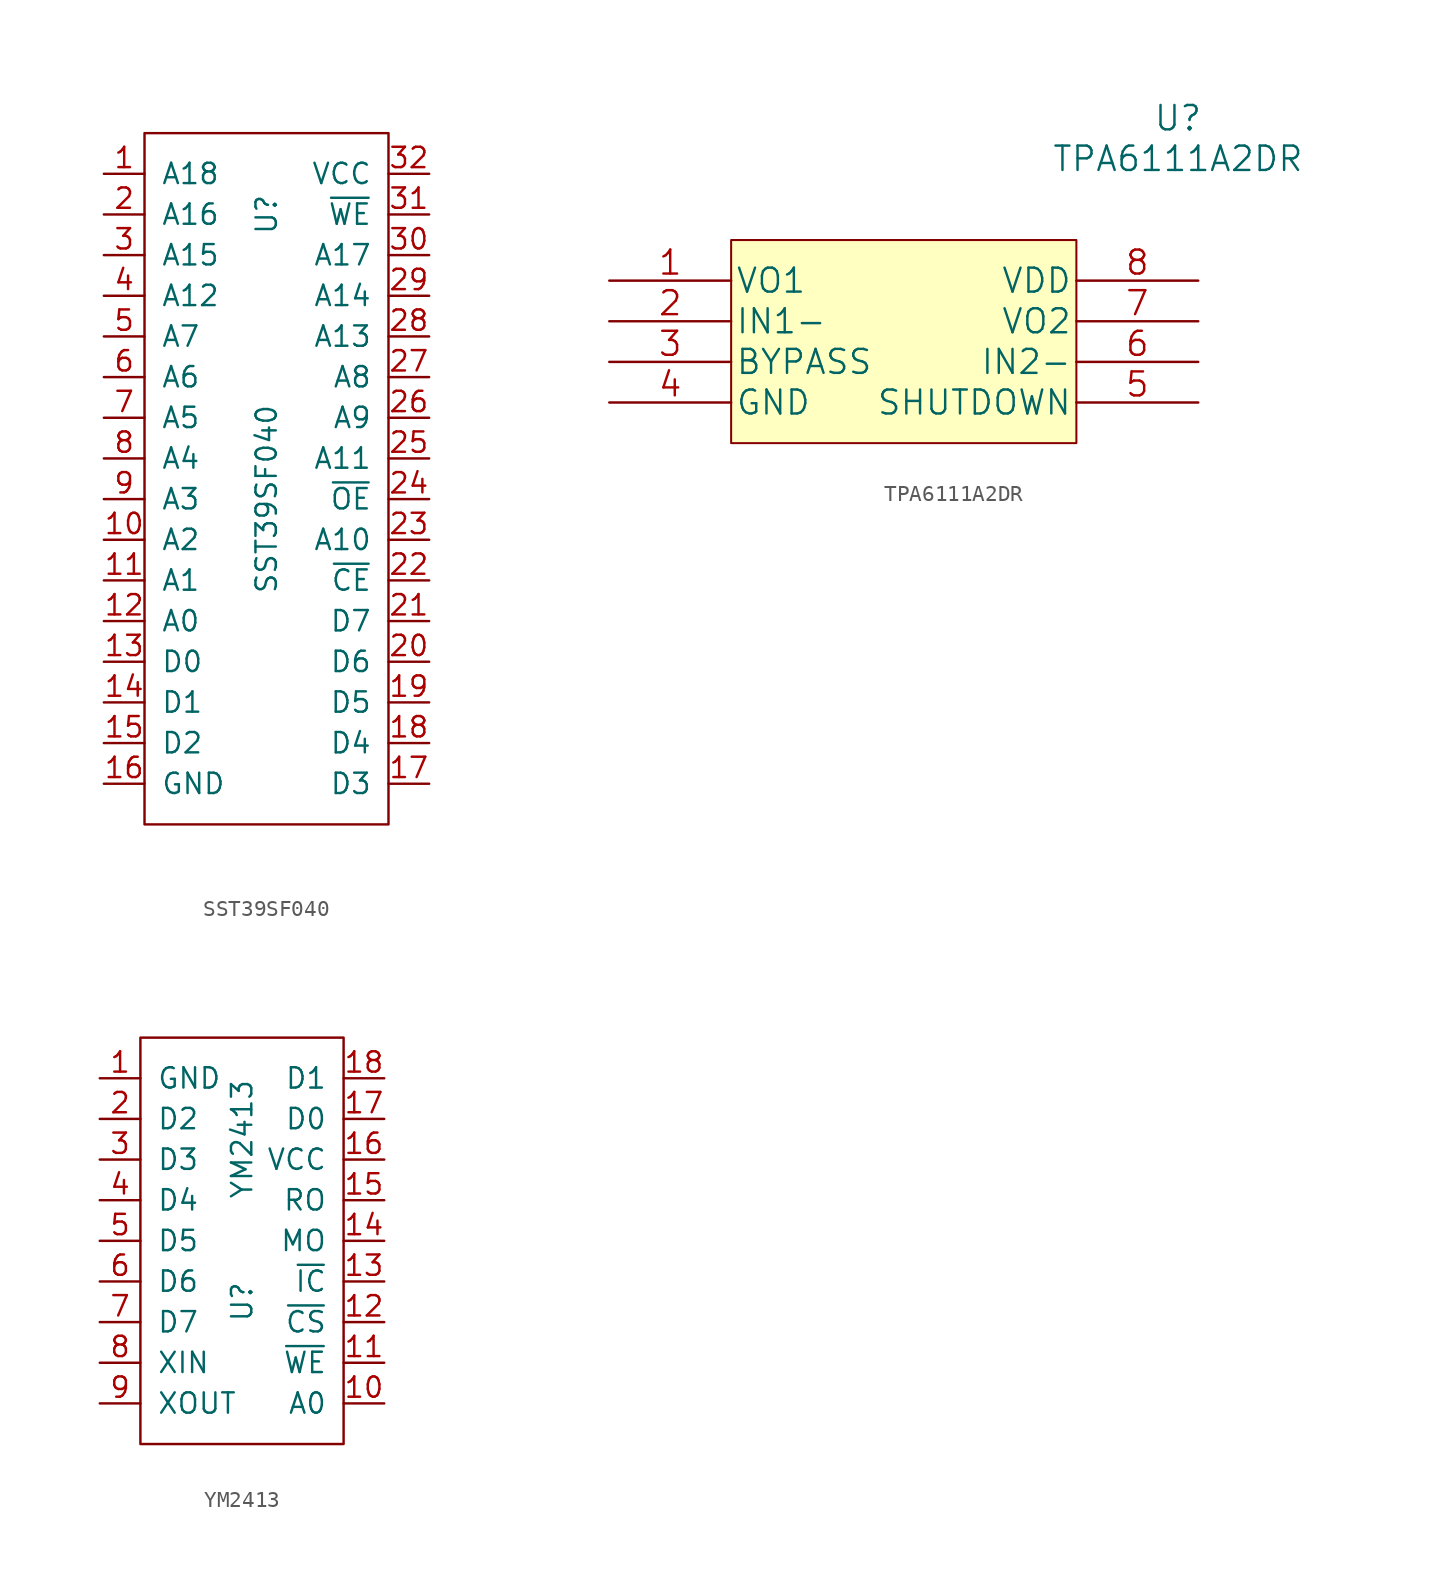
<source format=kicad_sym>
(kicad_symbol_lib
  (version 20211014)
  (generator kicad_symbol_editor)
  (symbol "SST39SF040"
    (pin_names
      (offset 1.016))
    (property "Reference" "U"
      (at 0 17.78 90)
      (effects (font (size 1.27 1.27))))
    (property "Value" "SST39SF040"
      (at 0 0 90)
      (effects (font (size 1.27 1.27))))
    (symbol "SST39SF040_0_1"
      (rectangle (start -7.62 22.86) (end 7.62 -20.32) (stroke (width 0) (type default) (color 0 0 0 0)) (fill (type none))))
    (symbol "SST39SF040_1_1"
      (pin input line (at -10.16 20.32 0) (length 2.54) (name "A18" (effects (font (size 1.27 1.27)))) (number "1" (effects (font (size 1.27 1.27)))))
      (pin input line (at -10.16 -2.54 0) (length 2.54) (name "A2" (effects (font (size 1.27 1.27)))) (number "10" (effects (font (size 1.27 1.27)))))
      (pin input line (at -10.16 -5.08 0) (length 2.54) (name "A1" (effects (font (size 1.27 1.27)))) (number "11" (effects (font (size 1.27 1.27)))))
      (pin input line (at -10.16 -7.62 0) (length 2.54) (name "A0" (effects (font (size 1.27 1.27)))) (number "12" (effects (font (size 1.27 1.27)))))
      (pin bidirectional line (at -10.16 -10.16 0) (length 2.54) (name "D0" (effects (font (size 1.27 1.27)))) (number "13" (effects (font (size 1.27 1.27)))))
      (pin bidirectional line (at -10.16 -12.7 0) (length 2.54) (name "D1" (effects (font (size 1.27 1.27)))) (number "14" (effects (font (size 1.27 1.27)))))
      (pin bidirectional line (at -10.16 -15.24 0) (length 2.54) (name "D2" (effects (font (size 1.27 1.27)))) (number "15" (effects (font (size 1.27 1.27)))))
      (pin power_in line (at -10.16 -17.78 0) (length 2.54) (name "GND" (effects (font (size 1.27 1.27)))) (number "16" (effects (font (size 1.27 1.27)))))
      (pin bidirectional line (at 10.16 -17.78 180) (length 2.54) (name "D3" (effects (font (size 1.27 1.27)))) (number "17" (effects (font (size 1.27 1.27)))))
      (pin bidirectional line (at 10.16 -15.24 180) (length 2.54) (name "D4" (effects (font (size 1.27 1.27)))) (number "18" (effects (font (size 1.27 1.27)))))
      (pin bidirectional line (at 10.16 -12.7 180) (length 2.54) (name "D5" (effects (font (size 1.27 1.27)))) (number "19" (effects (font (size 1.27 1.27)))))
      (pin input line (at -10.16 17.78 0) (length 2.54) (name "A16" (effects (font (size 1.27 1.27)))) (number "2" (effects (font (size 1.27 1.27)))))
      (pin bidirectional line (at 10.16 -10.16 180) (length 2.54) (name "D6" (effects (font (size 1.27 1.27)))) (number "20" (effects (font (size 1.27 1.27)))))
      (pin bidirectional line (at 10.16 -7.62 180) (length 2.54) (name "D7" (effects (font (size 1.27 1.27)))) (number "21" (effects (font (size 1.27 1.27)))))
      (pin input line (at 10.16 -5.08 180) (length 2.54) (name "~{CE}" (effects (font (size 1.27 1.27)))) (number "22" (effects (font (size 1.27 1.27)))))
      (pin input line (at 10.16 -2.54 180) (length 2.54) (name "A10" (effects (font (size 1.27 1.27)))) (number "23" (effects (font (size 1.27 1.27)))))
      (pin input line (at 10.16 0 180) (length 2.54) (name "~{OE}" (effects (font (size 1.27 1.27)))) (number "24" (effects (font (size 1.27 1.27)))))
      (pin input line (at 10.16 2.54 180) (length 2.54) (name "A11" (effects (font (size 1.27 1.27)))) (number "25" (effects (font (size 1.27 1.27)))))
      (pin input line (at 10.16 5.08 180) (length 2.54) (name "A9" (effects (font (size 1.27 1.27)))) (number "26" (effects (font (size 1.27 1.27)))))
      (pin input line (at 10.16 7.62 180) (length 2.54) (name "A8" (effects (font (size 1.27 1.27)))) (number "27" (effects (font (size 1.27 1.27)))))
      (pin input line (at 10.16 10.16 180) (length 2.54) (name "A13" (effects (font (size 1.27 1.27)))) (number "28" (effects (font (size 1.27 1.27)))))
      (pin input line (at 10.16 12.7 180) (length 2.54) (name "A14" (effects (font (size 1.27 1.27)))) (number "29" (effects (font (size 1.27 1.27)))))
      (pin input line (at -10.16 15.24 0) (length 2.54) (name "A15" (effects (font (size 1.27 1.27)))) (number "3" (effects (font (size 1.27 1.27)))))
      (pin input line (at 10.16 15.24 180) (length 2.54) (name "A17" (effects (font (size 1.27 1.27)))) (number "30" (effects (font (size 1.27 1.27)))))
      (pin input line (at 10.16 17.78 180) (length 2.54) (name "~{WE}" (effects (font (size 1.27 1.27)))) (number "31" (effects (font (size 1.27 1.27)))))
      (pin power_in line (at 10.16 20.32 180) (length 2.54) (name "VCC" (effects (font (size 1.27 1.27)))) (number "32" (effects (font (size 1.27 1.27)))))
      (pin input line (at -10.16 12.7 0) (length 2.54) (name "A12" (effects (font (size 1.27 1.27)))) (number "4" (effects (font (size 1.27 1.27)))))
      (pin input line (at -10.16 10.16 0) (length 2.54) (name "A7" (effects (font (size 1.27 1.27)))) (number "5" (effects (font (size 1.27 1.27)))))
      (pin input line (at -10.16 7.62 0) (length 2.54) (name "A6" (effects (font (size 1.27 1.27)))) (number "6" (effects (font (size 1.27 1.27)))))
      (pin input line (at -10.16 5.08 0) (length 2.54) (name "A5" (effects (font (size 1.27 1.27)))) (number "7" (effects (font (size 1.27 1.27)))))
      (pin input line (at -10.16 2.54 0) (length 2.54) (name "A4" (effects (font (size 1.27 1.27)))) (number "8" (effects (font (size 1.27 1.27)))))
      (pin input line (at -10.16 0 0) (length 2.54) (name "A3" (effects (font (size 1.27 1.27)))) (number "9" (effects (font (size 1.27 1.27)))))))
  (symbol "TPA6111A2DR"
    (pin_names
      (offset 0.254))
    (property "Reference" "U"
      (at 35.56 10.16 0)
      (effects (font (size 1.524 1.524))))
    (property "Value" "TPA6111A2DR"
      (at 35.56 7.62 0)
      (effects (font (size 1.524 1.524))))
    (property "Datasheet" ""
      (at 0 0 0)
      (effects (font (size 1.524 1.524))))
    (symbol "TPA6111A2DR_1_1"
      (rectangle (start 7.62 2.54) (end 29.21 -10.16) (stroke (width 0.127) (type default) (color 0 0 0 0)) (fill (type background)))
      (pin output line (at 0 0 0) (length 7.62) (name "VO1" (effects (font (size 1.499 1.499)))) (number "1" (effects (font (size 1.499 1.499)))))
      (pin input line (at 0 -2.54 0) (length 7.62) (name "IN1-" (effects (font (size 1.499 1.499)))) (number "2" (effects (font (size 1.499 1.499)))))
      (pin input line (at 0 -5.08 0) (length 7.62) (name "BYPASS" (effects (font (size 1.499 1.499)))) (number "3" (effects (font (size 1.499 1.499)))))
      (pin power_in line (at 0 -7.62 0) (length 7.62) (name "GND" (effects (font (size 1.499 1.499)))) (number "4" (effects (font (size 1.499 1.499)))))
      (pin input line (at 36.83 -7.62 180) (length 7.62) (name "SHUTDOWN" (effects (font (size 1.499 1.499)))) (number "5" (effects (font (size 1.499 1.499)))))
      (pin input line (at 36.83 -5.08 180) (length 7.62) (name "IN2-" (effects (font (size 1.499 1.499)))) (number "6" (effects (font (size 1.499 1.499)))))
      (pin output line (at 36.83 -2.54 180) (length 7.62) (name "VO2" (effects (font (size 1.499 1.499)))) (number "7" (effects (font (size 1.499 1.499)))))
      (pin power_in line (at 36.83 0 180) (length 7.62) (name "VDD" (effects (font (size 1.499 1.499)))) (number "8" (effects (font (size 1.499 1.499)))))))
  (symbol "YM2413"
    (pin_names
      (offset 1.016))
    (property "Reference" "U"
      (at 0 -3.81 90)
      (effects (font (size 1.27 1.27))))
    (property "Value" "YM2413"
      (at 0 6.35 90)
      (effects (font (size 1.27 1.27))))
    (symbol "YM2413_0_1"
      (rectangle (start -6.35 12.7) (end 6.35 -12.7) (stroke (width 0) (type default) (color 0 0 0 0)) (fill (type none))))
    (symbol "YM2413_1_1"
      (pin power_in line (at -8.89 10.16 0) (length 2.54) (name "GND" (effects (font (size 1.27 1.27)))) (number "1" (effects (font (size 1.27 1.27)))))
      (pin input line (at 8.89 -10.16 180) (length 2.54) (name "A0" (effects (font (size 1.27 1.27)))) (number "10" (effects (font (size 1.27 1.27)))))
      (pin input line (at 8.89 -7.62 180) (length 2.54) (name "~{WE}" (effects (font (size 1.27 1.27)))) (number "11" (effects (font (size 1.27 1.27)))))
      (pin input line (at 8.89 -5.08 180) (length 2.54) (name "~{CS}" (effects (font (size 1.27 1.27)))) (number "12" (effects (font (size 1.27 1.27)))))
      (pin input line (at 8.89 -2.54 180) (length 2.54) (name "~{IC}" (effects (font (size 1.27 1.27)))) (number "13" (effects (font (size 1.27 1.27)))))
      (pin output line (at 8.89 0 180) (length 2.54) (name "MO" (effects (font (size 1.27 1.27)))) (number "14" (effects (font (size 1.27 1.27)))))
      (pin output line (at 8.89 2.54 180) (length 2.54) (name "RO" (effects (font (size 1.27 1.27)))) (number "15" (effects (font (size 1.27 1.27)))))
      (pin power_in line (at 8.89 5.08 180) (length 2.54) (name "VCC" (effects (font (size 1.27 1.27)))) (number "16" (effects (font (size 1.27 1.27)))))
      (pin bidirectional line (at 8.89 7.62 180) (length 2.54) (name "D0" (effects (font (size 1.27 1.27)))) (number "17" (effects (font (size 1.27 1.27)))))
      (pin bidirectional line (at 8.89 10.16 180) (length 2.54) (name "D1" (effects (font (size 1.27 1.27)))) (number "18" (effects (font (size 1.27 1.27)))))
      (pin bidirectional line (at -8.89 7.62 0) (length 2.54) (name "D2" (effects (font (size 1.27 1.27)))) (number "2" (effects (font (size 1.27 1.27)))))
      (pin bidirectional line (at -8.89 5.08 0) (length 2.54) (name "D3" (effects (font (size 1.27 1.27)))) (number "3" (effects (font (size 1.27 1.27)))))
      (pin bidirectional line (at -8.89 2.54 0) (length 2.54) (name "D4" (effects (font (size 1.27 1.27)))) (number "4" (effects (font (size 1.27 1.27)))))
      (pin bidirectional line (at -8.89 0 0) (length 2.54) (name "D5" (effects (font (size 1.27 1.27)))) (number "5" (effects (font (size 1.27 1.27)))))
      (pin bidirectional line (at -8.89 -2.54 0) (length 2.54) (name "D6" (effects (font (size 1.27 1.27)))) (number "6" (effects (font (size 1.27 1.27)))))
      (pin bidirectional line (at -8.89 -5.08 0) (length 2.54) (name "D7" (effects (font (size 1.27 1.27)))) (number "7" (effects (font (size 1.27 1.27)))))
      (pin passive line (at -8.89 -7.62 0) (length 2.54) (name "XIN" (effects (font (size 1.27 1.27)))) (number "8" (effects (font (size 1.27 1.27)))))
      (pin passive line (at -8.89 -10.16 0) (length 2.54) (name "XOUT" (effects (font (size 1.27 1.27)))) (number "9" (effects (font (size 1.27 1.27))))))))
</source>
